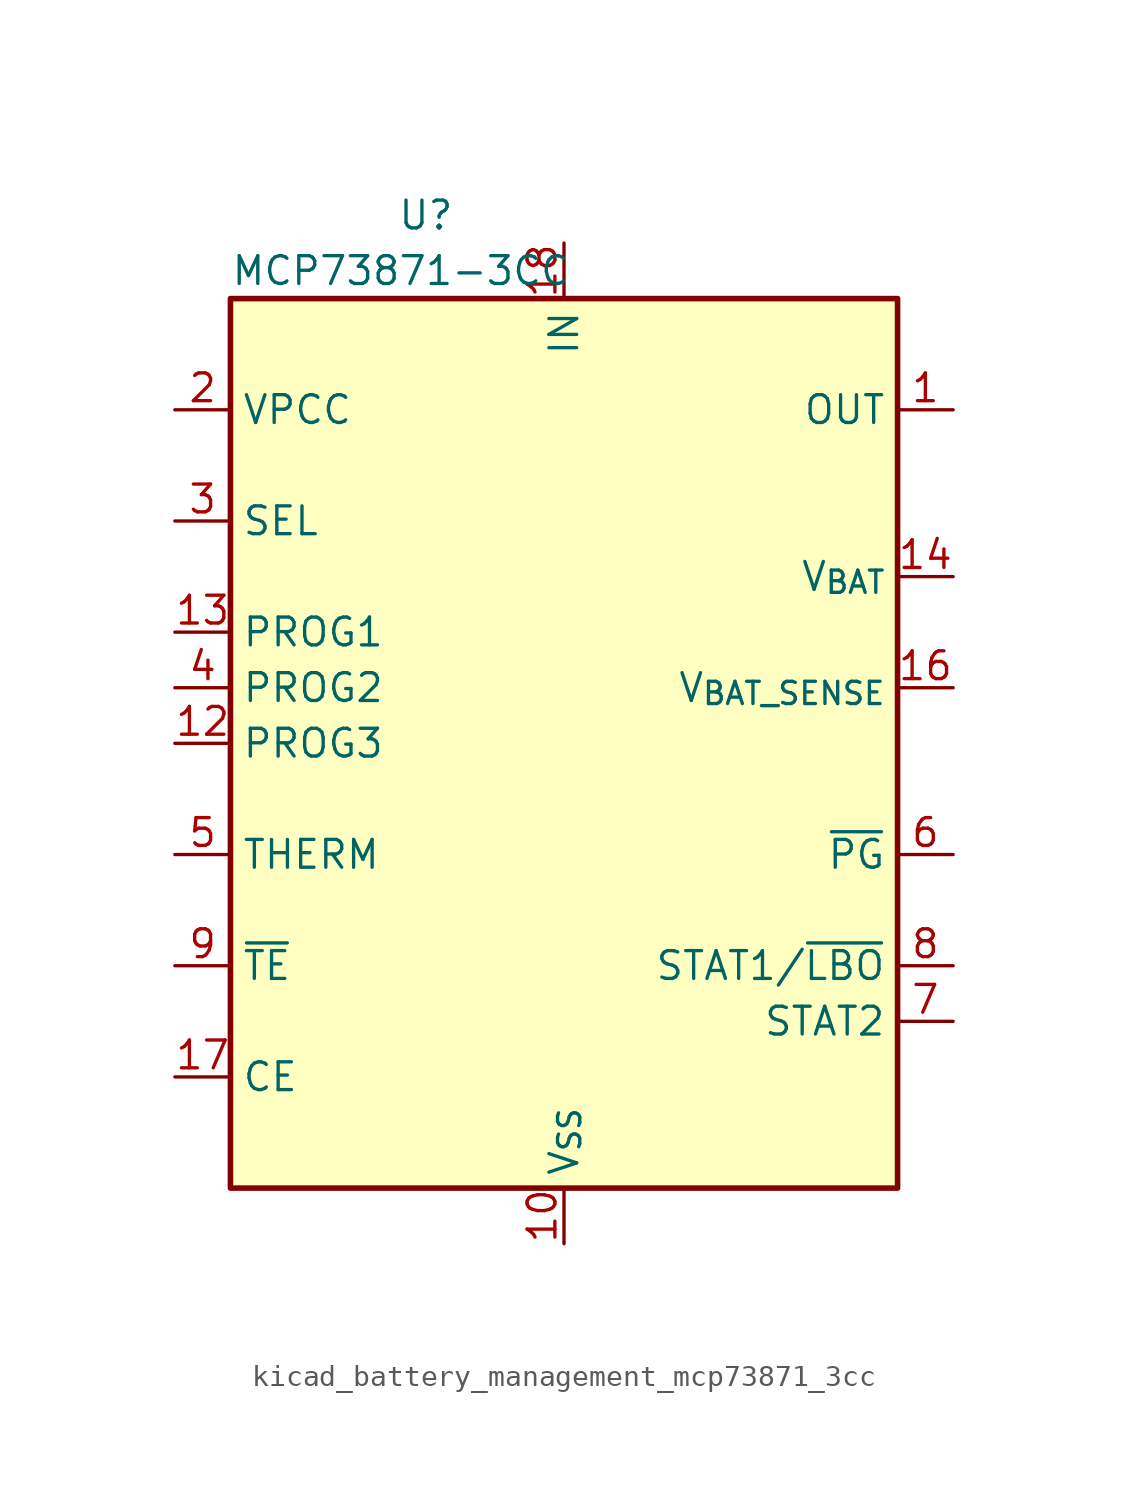
<source format=kicad_sym>
(kicad_symbol_lib
  (version 20220914)
  (generator kicad_symbol_editor)
  (symbol "kicad_battery_management_mcp73871_3cc"
    (property "Reference" "U"
      (at -7.62 24.13 0)
      (effects (font (size 1.27 1.27)) (justify left)))
    (property "Value" "MCP73871-3CC"
      (at -15.24 21.59 0)
      (effects (font (size 1.27 1.27)) (justify left)))
    (symbol "kicad_battery_management_mcp73871_3cc_0_1"
      (rectangle (start -15.24 20.32) (end 15.24 -20.32) (stroke (width 0.254) (type default)) (fill (type background))))
    (symbol "kicad_battery_management_mcp73871_3cc_1_1"
      (pin power_out line (at 17.78 15.24 180) (length 2.54) (name "OUT" (effects (font (size 1.27 1.27)))) (number "1" (effects (font (size 1.27 1.27)))))
      (pin power_in line (at 0 -22.86 90) (length 2.54) (name "V_{SS}" (effects (font (size 1.27 1.27)))) (number "10" (effects (font (size 1.27 1.27)))))
      (pin passive line (at 0 -22.86 90) (length 2.54) hide (name "V_{SS}" (effects (font (size 1.27 1.27)))) (number "11" (effects (font (size 1.27 1.27)))))
      (pin bidirectional line (at -17.78 0 0) (length 2.54) (name "PROG3" (effects (font (size 1.27 1.27)))) (number "12" (effects (font (size 1.27 1.27)))))
      (pin bidirectional line (at -17.78 5.08 0) (length 2.54) (name "PROG1" (effects (font (size 1.27 1.27)))) (number "13" (effects (font (size 1.27 1.27)))))
      (pin power_out line (at 17.78 7.62 180) (length 2.54) (name "V_{BAT}" (effects (font (size 1.27 1.27)))) (number "14" (effects (font (size 1.27 1.27)))))
      (pin passive line (at 17.78 7.62 180) (length 2.54) hide (name "V_{BAT}" (effects (font (size 1.27 1.27)))) (number "15" (effects (font (size 1.27 1.27)))))
      (pin input line (at 17.78 2.54 180) (length 2.54) (name "V_{BAT_SENSE}" (effects (font (size 1.27 1.27)))) (number "16" (effects (font (size 1.27 1.27)))))
      (pin input line (at -17.78 -15.24 0) (length 2.54) (name "CE" (effects (font (size 1.27 1.27)))) (number "17" (effects (font (size 1.27 1.27)))))
      (pin power_in line (at 0 22.86 270) (length 2.54) (name "IN" (effects (font (size 1.27 1.27)))) (number "18" (effects (font (size 1.27 1.27)))))
      (pin passive line (at 0 22.86 270) (length 2.54) hide (name "IN" (effects (font (size 1.27 1.27)))) (number "19" (effects (font (size 1.27 1.27)))))
      (pin input line (at -17.78 15.24 0) (length 2.54) (name "VPCC" (effects (font (size 1.27 1.27)))) (number "2" (effects (font (size 1.27 1.27)))))
      (pin passive line (at 17.78 15.24 180) (length 2.54) hide (name "OUT" (effects (font (size 1.27 1.27)))) (number "20" (effects (font (size 1.27 1.27)))))
      (pin passive line (at 0 -22.86 90) (length 2.54) hide (name "V_{SS}" (effects (font (size 1.27 1.27)))) (number "21" (effects (font (size 1.27 1.27)))))
      (pin input line (at -17.78 10.16 0) (length 2.54) (name "SEL" (effects (font (size 1.27 1.27)))) (number "3" (effects (font (size 1.27 1.27)))))
      (pin input line (at -17.78 2.54 0) (length 2.54) (name "PROG2" (effects (font (size 1.27 1.27)))) (number "4" (effects (font (size 1.27 1.27)))))
      (pin bidirectional line (at -17.78 -5.08 0) (length 2.54) (name "THERM" (effects (font (size 1.27 1.27)))) (number "5" (effects (font (size 1.27 1.27)))))
      (pin open_collector line (at 17.78 -5.08 180) (length 2.54) (name "~{PG}" (effects (font (size 1.27 1.27)))) (number "6" (effects (font (size 1.27 1.27)))))
      (pin open_collector line (at 17.78 -12.7 180) (length 2.54) (name "STAT2" (effects (font (size 1.27 1.27)))) (number "7" (effects (font (size 1.27 1.27)))))
      (pin open_collector line (at 17.78 -10.16 180) (length 2.54) (name "STAT1/~{LBO}" (effects (font (size 1.27 1.27)))) (number "8" (effects (font (size 1.27 1.27)))))
      (pin input line (at -17.78 -10.16 0) (length 2.54) (name "~{TE}" (effects (font (size 1.27 1.27)))) (number "9" (effects (font (size 1.27 1.27))))))))
</source>
